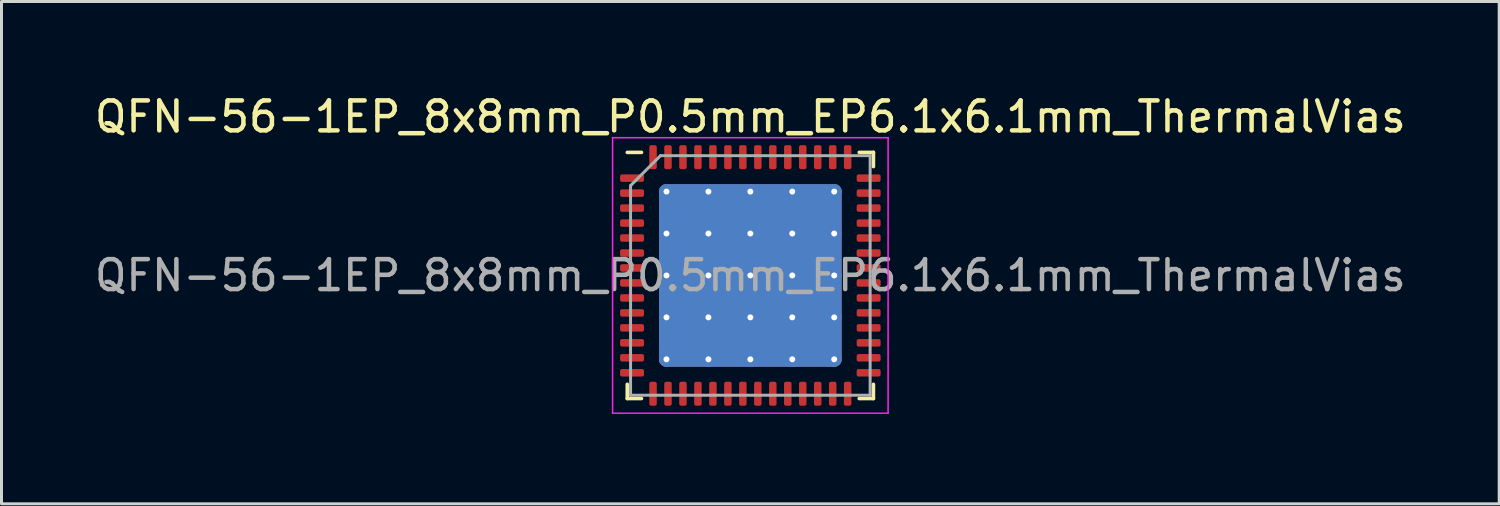
<source format=kicad_pcb>
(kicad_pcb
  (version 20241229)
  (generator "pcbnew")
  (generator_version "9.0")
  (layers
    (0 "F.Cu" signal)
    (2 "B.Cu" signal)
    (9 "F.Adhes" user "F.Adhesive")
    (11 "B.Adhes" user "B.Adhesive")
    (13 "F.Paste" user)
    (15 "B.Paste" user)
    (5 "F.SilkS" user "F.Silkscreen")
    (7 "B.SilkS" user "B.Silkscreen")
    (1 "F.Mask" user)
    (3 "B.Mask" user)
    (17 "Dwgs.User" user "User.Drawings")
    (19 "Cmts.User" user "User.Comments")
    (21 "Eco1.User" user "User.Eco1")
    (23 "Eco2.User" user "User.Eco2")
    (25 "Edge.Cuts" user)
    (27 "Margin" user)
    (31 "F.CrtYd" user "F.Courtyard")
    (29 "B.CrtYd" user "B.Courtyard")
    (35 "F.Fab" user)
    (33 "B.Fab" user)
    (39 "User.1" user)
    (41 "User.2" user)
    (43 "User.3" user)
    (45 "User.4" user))
  (footprint "QFN-56-1EP_8x8mm_P0.5mm_EP6.1x6.1mm_ThermalVias"
    (layer "F.Cu")
    (at 22.006 6.148)
    (property "Reference" "QFN-56-1EP_8x8mm_P0.5mm_EP6.1x6.1mm_ThermalVias" (at 0 -5.3 0) (layer "F.SilkS") (effects (font (size 1 1) (thickness 0.15))))
    (attr smd)
    (fp_line (start -4.11 4.11) (end -4.11 3.635) (stroke (width 0.12) (type solid)) (layer "F.SilkS"))
    (fp_line (start -3.635 -4.11) (end -4.11 -4.11) (stroke (width 0.12) (type solid)) (layer "F.SilkS"))
    (fp_line (start -3.635 4.11) (end -4.11 4.11) (stroke (width 0.12) (type solid)) (layer "F.SilkS"))
    (fp_line (start 3.635 -4.11) (end 4.11 -4.11) (stroke (width 0.12) (type solid)) (layer "F.SilkS"))
    (fp_line (start 3.635 4.11) (end 4.11 4.11) (stroke (width 0.12) (type solid)) (layer "F.SilkS"))
    (fp_line (start 4.11 -4.11) (end 4.11 -3.635) (stroke (width 0.12) (type solid)) (layer "F.SilkS"))
    (fp_line (start 4.11 4.11) (end 4.11 3.635) (stroke (width 0.12) (type solid)) (layer "F.SilkS"))
    (fp_line (start -4.6 -4.6) (end -4.6 4.6) (stroke (width 0.05) (type solid)) (layer "F.CrtYd"))
    (fp_line (start -4.6 4.6) (end 4.6 4.6) (stroke (width 0.05) (type solid)) (layer "F.CrtYd"))
    (fp_line (start 4.6 -4.6) (end -4.6 -4.6) (stroke (width 0.05) (type solid)) (layer "F.CrtYd"))
    (fp_line (start 4.6 4.6) (end 4.6 -4.6) (stroke (width 0.05) (type solid)) (layer "F.CrtYd"))
    (fp_line (start -4 -3) (end -3 -4) (stroke (width 0.1) (type solid)) (layer "F.Fab"))
    (fp_line (start -4 4) (end -4 -3) (stroke (width 0.1) (type solid)) (layer "F.Fab"))
    (fp_line (start -3 -4) (end 4 -4) (stroke (width 0.1) (type solid)) (layer "F.Fab"))
    (fp_line (start 4 -4) (end 4 4) (stroke (width 0.1) (type solid)) (layer "F.Fab"))
    (fp_line (start 4 4) (end -4 4) (stroke (width 0.1) (type solid)) (layer "F.Fab"))
    (fp_text user "${REFERENCE}" (at 0 0 0) (layer "F.Fab") (effects (font (size 1 1) (thickness 0.15))))
    (pad "" smd roundrect (at -2.1 -2.1) (size 1.181 1.181) (layers "F.Paste") (roundrect_rratio 0.212))
    (pad "" smd roundrect (at -2.1 -0.7) (size 1.181 1.181) (layers "F.Paste") (roundrect_rratio 0.212))
    (pad "" smd roundrect (at -2.1 0.7) (size 1.181 1.181) (layers "F.Paste") (roundrect_rratio 0.212))
    (pad "" smd roundrect (at -2.1 2.1) (size 1.181 1.181) (layers "F.Paste") (roundrect_rratio 0.212))
    (pad "" smd roundrect (at -0.7 -2.1) (size 1.181 1.181) (layers "F.Paste") (roundrect_rratio 0.212))
    (pad "" smd roundrect (at -0.7 -0.7) (size 1.181 1.181) (layers "F.Paste") (roundrect_rratio 0.212))
    (pad "" smd roundrect (at -0.7 0.7) (size 1.181 1.181) (layers "F.Paste") (roundrect_rratio 0.212))
    (pad "" smd roundrect (at -0.7 2.1) (size 1.181 1.181) (layers "F.Paste") (roundrect_rratio 0.212))
    (pad "" smd roundrect (at 0.7 -2.1) (size 1.181 1.181) (layers "F.Paste") (roundrect_rratio 0.212))
    (pad "" smd roundrect (at 0.7 -0.7) (size 1.181 1.181) (layers "F.Paste") (roundrect_rratio 0.212))
    (pad "" smd roundrect (at 0.7 0.7) (size 1.181 1.181) (layers "F.Paste") (roundrect_rratio 0.212))
    (pad "" smd roundrect (at 0.7 2.1) (size 1.181 1.181) (layers "F.Paste") (roundrect_rratio 0.212))
    (pad "" smd roundrect (at 2.1 -2.1) (size 1.181 1.181) (layers "F.Paste") (roundrect_rratio 0.212))
    (pad "" smd roundrect (at 2.1 -0.7) (size 1.181 1.181) (layers "F.Paste") (roundrect_rratio 0.212))
    (pad "" smd roundrect (at 2.1 0.7) (size 1.181 1.181) (layers "F.Paste") (roundrect_rratio 0.212))
    (pad "" smd roundrect (at 2.1 2.1) (size 1.181 1.181) (layers "F.Paste") (roundrect_rratio 0.212))
    (pad "1" smd roundrect (at -3.95 -3.25) (size 0.8 0.25) (layers "F.Cu" "F.Mask" "F.Paste") (roundrect_rratio 0.25))
    (pad "2" smd roundrect (at -3.95 -2.75) (size 0.8 0.25) (layers "F.Cu" "F.Mask" "F.Paste") (roundrect_rratio 0.25))
    (pad "3" smd roundrect (at -3.95 -2.25) (size 0.8 0.25) (layers "F.Cu" "F.Mask" "F.Paste") (roundrect_rratio 0.25))
    (pad "4" smd roundrect (at -3.95 -1.75) (size 0.8 0.25) (layers "F.Cu" "F.Mask" "F.Paste") (roundrect_rratio 0.25))
    (pad "5" smd roundrect (at -3.95 -1.25) (size 0.8 0.25) (layers "F.Cu" "F.Mask" "F.Paste") (roundrect_rratio 0.25))
    (pad "6" smd roundrect (at -3.95 -0.75) (size 0.8 0.25) (layers "F.Cu" "F.Mask" "F.Paste") (roundrect_rratio 0.25))
    (pad "7" smd roundrect (at -3.95 -0.25) (size 0.8 0.25) (layers "F.Cu" "F.Mask" "F.Paste") (roundrect_rratio 0.25))
    (pad "8" smd roundrect (at -3.95 0.25) (size 0.8 0.25) (layers "F.Cu" "F.Mask" "F.Paste") (roundrect_rratio 0.25))
    (pad "9" smd roundrect (at -3.95 0.75) (size 0.8 0.25) (layers "F.Cu" "F.Mask" "F.Paste") (roundrect_rratio 0.25))
    (pad "10" smd roundrect (at -3.95 1.25) (size 0.8 0.25) (layers "F.Cu" "F.Mask" "F.Paste") (roundrect_rratio 0.25))
    (pad "11" smd roundrect (at -3.95 1.75) (size 0.8 0.25) (layers "F.Cu" "F.Mask" "F.Paste") (roundrect_rratio 0.25))
    (pad "12" smd roundrect (at -3.95 2.25) (size 0.8 0.25) (layers "F.Cu" "F.Mask" "F.Paste") (roundrect_rratio 0.25))
    (pad "13" smd roundrect (at -3.95 2.75) (size 0.8 0.25) (layers "F.Cu" "F.Mask" "F.Paste") (roundrect_rratio 0.25))
    (pad "14" smd roundrect (at -3.95 3.25) (size 0.8 0.25) (layers "F.Cu" "F.Mask" "F.Paste") (roundrect_rratio 0.25))
    (pad "15" smd roundrect (at -3.25 3.95) (size 0.25 0.8) (layers "F.Cu" "F.Mask" "F.Paste") (roundrect_rratio 0.25))
    (pad "16" smd roundrect (at -2.75 3.95) (size 0.25 0.8) (layers "F.Cu" "F.Mask" "F.Paste") (roundrect_rratio 0.25))
    (pad "17" smd roundrect (at -2.25 3.95) (size 0.25 0.8) (layers "F.Cu" "F.Mask" "F.Paste") (roundrect_rratio 0.25))
    (pad "18" smd roundrect (at -1.75 3.95) (size 0.25 0.8) (layers "F.Cu" "F.Mask" "F.Paste") (roundrect_rratio 0.25))
    (pad "19" smd roundrect (at -1.25 3.95) (size 0.25 0.8) (layers "F.Cu" "F.Mask" "F.Paste") (roundrect_rratio 0.25))
    (pad "20" smd roundrect (at -0.75 3.95) (size 0.25 0.8) (layers "F.Cu" "F.Mask" "F.Paste") (roundrect_rratio 0.25))
    (pad "21" smd roundrect (at -0.25 3.95) (size 0.25 0.8) (layers "F.Cu" "F.Mask" "F.Paste") (roundrect_rratio 0.25))
    (pad "22" smd roundrect (at 0.25 3.95) (size 0.25 0.8) (layers "F.Cu" "F.Mask" "F.Paste") (roundrect_rratio 0.25))
    (pad "23" smd roundrect (at 0.75 3.95) (size 0.25 0.8) (layers "F.Cu" "F.Mask" "F.Paste") (roundrect_rratio 0.25))
    (pad "24" smd roundrect (at 1.25 3.95) (size 0.25 0.8) (layers "F.Cu" "F.Mask" "F.Paste") (roundrect_rratio 0.25))
    (pad "25" smd roundrect (at 1.75 3.95) (size 0.25 0.8) (layers "F.Cu" "F.Mask" "F.Paste") (roundrect_rratio 0.25))
    (pad "26" smd roundrect (at 2.25 3.95) (size 0.25 0.8) (layers "F.Cu" "F.Mask" "F.Paste") (roundrect_rratio 0.25))
    (pad "27" smd roundrect (at 2.75 3.95) (size 0.25 0.8) (layers "F.Cu" "F.Mask" "F.Paste") (roundrect_rratio 0.25))
    (pad "28" smd roundrect (at 3.25 3.95) (size 0.25 0.8) (layers "F.Cu" "F.Mask" "F.Paste") (roundrect_rratio 0.25))
    (pad "29" smd roundrect (at 3.95 3.25) (size 0.8 0.25) (layers "F.Cu" "F.Mask" "F.Paste") (roundrect_rratio 0.25))
    (pad "30" smd roundrect (at 3.95 2.75) (size 0.8 0.25) (layers "F.Cu" "F.Mask" "F.Paste") (roundrect_rratio 0.25))
    (pad "31" smd roundrect (at 3.95 2.25) (size 0.8 0.25) (layers "F.Cu" "F.Mask" "F.Paste") (roundrect_rratio 0.25))
    (pad "32" smd roundrect (at 3.95 1.75) (size 0.8 0.25) (layers "F.Cu" "F.Mask" "F.Paste") (roundrect_rratio 0.25))
    (pad "33" smd roundrect (at 3.95 1.25) (size 0.8 0.25) (layers "F.Cu" "F.Mask" "F.Paste") (roundrect_rratio 0.25))
    (pad "34" smd roundrect (at 3.95 0.75) (size 0.8 0.25) (layers "F.Cu" "F.Mask" "F.Paste") (roundrect_rratio 0.25))
    (pad "35" smd roundrect (at 3.95 0.25) (size 0.8 0.25) (layers "F.Cu" "F.Mask" "F.Paste") (roundrect_rratio 0.25))
    (pad "36" smd roundrect (at 3.95 -0.25) (size 0.8 0.25) (layers "F.Cu" "F.Mask" "F.Paste") (roundrect_rratio 0.25))
    (pad "37" smd roundrect (at 3.95 -0.75) (size 0.8 0.25) (layers "F.Cu" "F.Mask" "F.Paste") (roundrect_rratio 0.25))
    (pad "38" smd roundrect (at 3.95 -1.25) (size 0.8 0.25) (layers "F.Cu" "F.Mask" "F.Paste") (roundrect_rratio 0.25))
    (pad "39" smd roundrect (at 3.95 -1.75) (size 0.8 0.25) (layers "F.Cu" "F.Mask" "F.Paste") (roundrect_rratio 0.25))
    (pad "40" smd roundrect (at 3.95 -2.25) (size 0.8 0.25) (layers "F.Cu" "F.Mask" "F.Paste") (roundrect_rratio 0.25))
    (pad "41" smd roundrect (at 3.95 -2.75) (size 0.8 0.25) (layers "F.Cu" "F.Mask" "F.Paste") (roundrect_rratio 0.25))
    (pad "42" smd roundrect (at 3.95 -3.25) (size 0.8 0.25) (layers "F.Cu" "F.Mask" "F.Paste") (roundrect_rratio 0.25))
    (pad "43" smd roundrect (at 3.25 -3.95) (size 0.25 0.8) (layers "F.Cu" "F.Mask" "F.Paste") (roundrect_rratio 0.25))
    (pad "44" smd roundrect (at 2.75 -3.95) (size 0.25 0.8) (layers "F.Cu" "F.Mask" "F.Paste") (roundrect_rratio 0.25))
    (pad "45" smd roundrect (at 2.25 -3.95) (size 0.25 0.8) (layers "F.Cu" "F.Mask" "F.Paste") (roundrect_rratio 0.25))
    (pad "46" smd roundrect (at 1.75 -3.95) (size 0.25 0.8) (layers "F.Cu" "F.Mask" "F.Paste") (roundrect_rratio 0.25))
    (pad "47" smd roundrect (at 1.25 -3.95) (size 0.25 0.8) (layers "F.Cu" "F.Mask" "F.Paste") (roundrect_rratio 0.25))
    (pad "48" smd roundrect (at 0.75 -3.95) (size 0.25 0.8) (layers "F.Cu" "F.Mask" "F.Paste") (roundrect_rratio 0.25))
    (pad "49" smd roundrect (at 0.25 -3.95) (size 0.25 0.8) (layers "F.Cu" "F.Mask" "F.Paste") (roundrect_rratio 0.25))
    (pad "50" smd roundrect (at -0.25 -3.95) (size 0.25 0.8) (layers "F.Cu" "F.Mask" "F.Paste") (roundrect_rratio 0.25))
    (pad "51" smd roundrect (at -0.75 -3.95) (size 0.25 0.8) (layers "F.Cu" "F.Mask" "F.Paste") (roundrect_rratio 0.25))
    (pad "52" smd roundrect (at -1.25 -3.95) (size 0.25 0.8) (layers "F.Cu" "F.Mask" "F.Paste") (roundrect_rratio 0.25))
    (pad "53" smd roundrect (at -1.75 -3.95) (size 0.25 0.8) (layers "F.Cu" "F.Mask" "F.Paste") (roundrect_rratio 0.25))
    (pad "54" smd roundrect (at -2.25 -3.95) (size 0.25 0.8) (layers "F.Cu" "F.Mask" "F.Paste") (roundrect_rratio 0.25))
    (pad "55" smd roundrect (at -2.75 -3.95) (size 0.25 0.8) (layers "F.Cu" "F.Mask" "F.Paste") (roundrect_rratio 0.25))
    (pad "56" smd roundrect (at -3.25 -3.95) (size 0.25 0.8) (layers "F.Cu" "F.Mask" "F.Paste") (roundrect_rratio 0.25))
    (pad "57" thru_hole circle (at -2.8 -2.8) (size 0.5 0.5) (drill 0.2) (layers "*.Cu"))
    (pad "57" thru_hole circle (at -2.8 -1.4) (size 0.5 0.5) (drill 0.2) (layers "*.Cu"))
    (pad "57" thru_hole circle (at -2.8 0) (size 0.5 0.5) (drill 0.2) (layers "*.Cu"))
    (pad "57" thru_hole circle (at -2.8 1.4) (size 0.5 0.5) (drill 0.2) (layers "*.Cu"))
    (pad "57" thru_hole circle (at -2.8 2.8) (size 0.5 0.5) (drill 0.2) (layers "*.Cu"))
    (pad "57" thru_hole circle (at -1.4 -2.8) (size 0.5 0.5) (drill 0.2) (layers "*.Cu"))
    (pad "57" thru_hole circle (at -1.4 -1.4) (size 0.5 0.5) (drill 0.2) (layers "*.Cu"))
    (pad "57" thru_hole circle (at -1.4 0) (size 0.5 0.5) (drill 0.2) (layers "*.Cu"))
    (pad "57" thru_hole circle (at -1.4 1.4) (size 0.5 0.5) (drill 0.2) (layers "*.Cu"))
    (pad "57" thru_hole circle (at -1.4 2.8) (size 0.5 0.5) (drill 0.2) (layers "*.Cu"))
    (pad "57" thru_hole circle (at 0 -2.8) (size 0.5 0.5) (drill 0.2) (layers "*.Cu"))
    (pad "57" thru_hole circle (at 0 -1.4) (size 0.5 0.5) (drill 0.2) (layers "*.Cu"))
    (pad "57" thru_hole circle (at 0 0) (size 0.5 0.5) (drill 0.2) (layers "*.Cu"))
    (pad "57" smd roundrect (at 0 0) (size 6.1 6.1) (layers "F.Cu" "F.Mask") (roundrect_rratio 0.041))
    (pad "57" smd roundrect (at 0 0) (size 6.1 6.1) (layers "B.Cu") (roundrect_rratio 0.041))
    (pad "57" thru_hole circle (at 0 1.4) (size 0.5 0.5) (drill 0.2) (layers "*.Cu"))
    (pad "57" thru_hole circle (at 0 2.8) (size 0.5 0.5) (drill 0.2) (layers "*.Cu"))
    (pad "57" thru_hole circle (at 1.4 -2.8) (size 0.5 0.5) (drill 0.2) (layers "*.Cu"))
    (pad "57" thru_hole circle (at 1.4 -1.4) (size 0.5 0.5) (drill 0.2) (layers "*.Cu"))
    (pad "57" thru_hole circle (at 1.4 0) (size 0.5 0.5) (drill 0.2) (layers "*.Cu"))
    (pad "57" thru_hole circle (at 1.4 1.4) (size 0.5 0.5) (drill 0.2) (layers "*.Cu"))
    (pad "57" thru_hole circle (at 1.4 2.8) (size 0.5 0.5) (drill 0.2) (layers "*.Cu"))
    (pad "57" thru_hole circle (at 2.8 -2.8) (size 0.5 0.5) (drill 0.2) (layers "*.Cu"))
    (pad "57" thru_hole circle (at 2.8 -1.4) (size 0.5 0.5) (drill 0.2) (layers "*.Cu"))
    (pad "57" thru_hole circle (at 2.8 0) (size 0.5 0.5) (drill 0.2) (layers "*.Cu"))
    (pad "57" thru_hole circle (at 2.8 1.4) (size 0.5 0.5) (drill 0.2) (layers "*.Cu"))
    (pad "57" thru_hole circle (at 2.8 2.8) (size 0.5 0.5) (drill 0.2) (layers "*.Cu")))
  (gr_rect
    (start -3 -3)
    (end 47.012 13.773)
    (stroke (width 0.1) (type default))
    (fill no)
    (layer "Edge.Cuts")))
</source>
